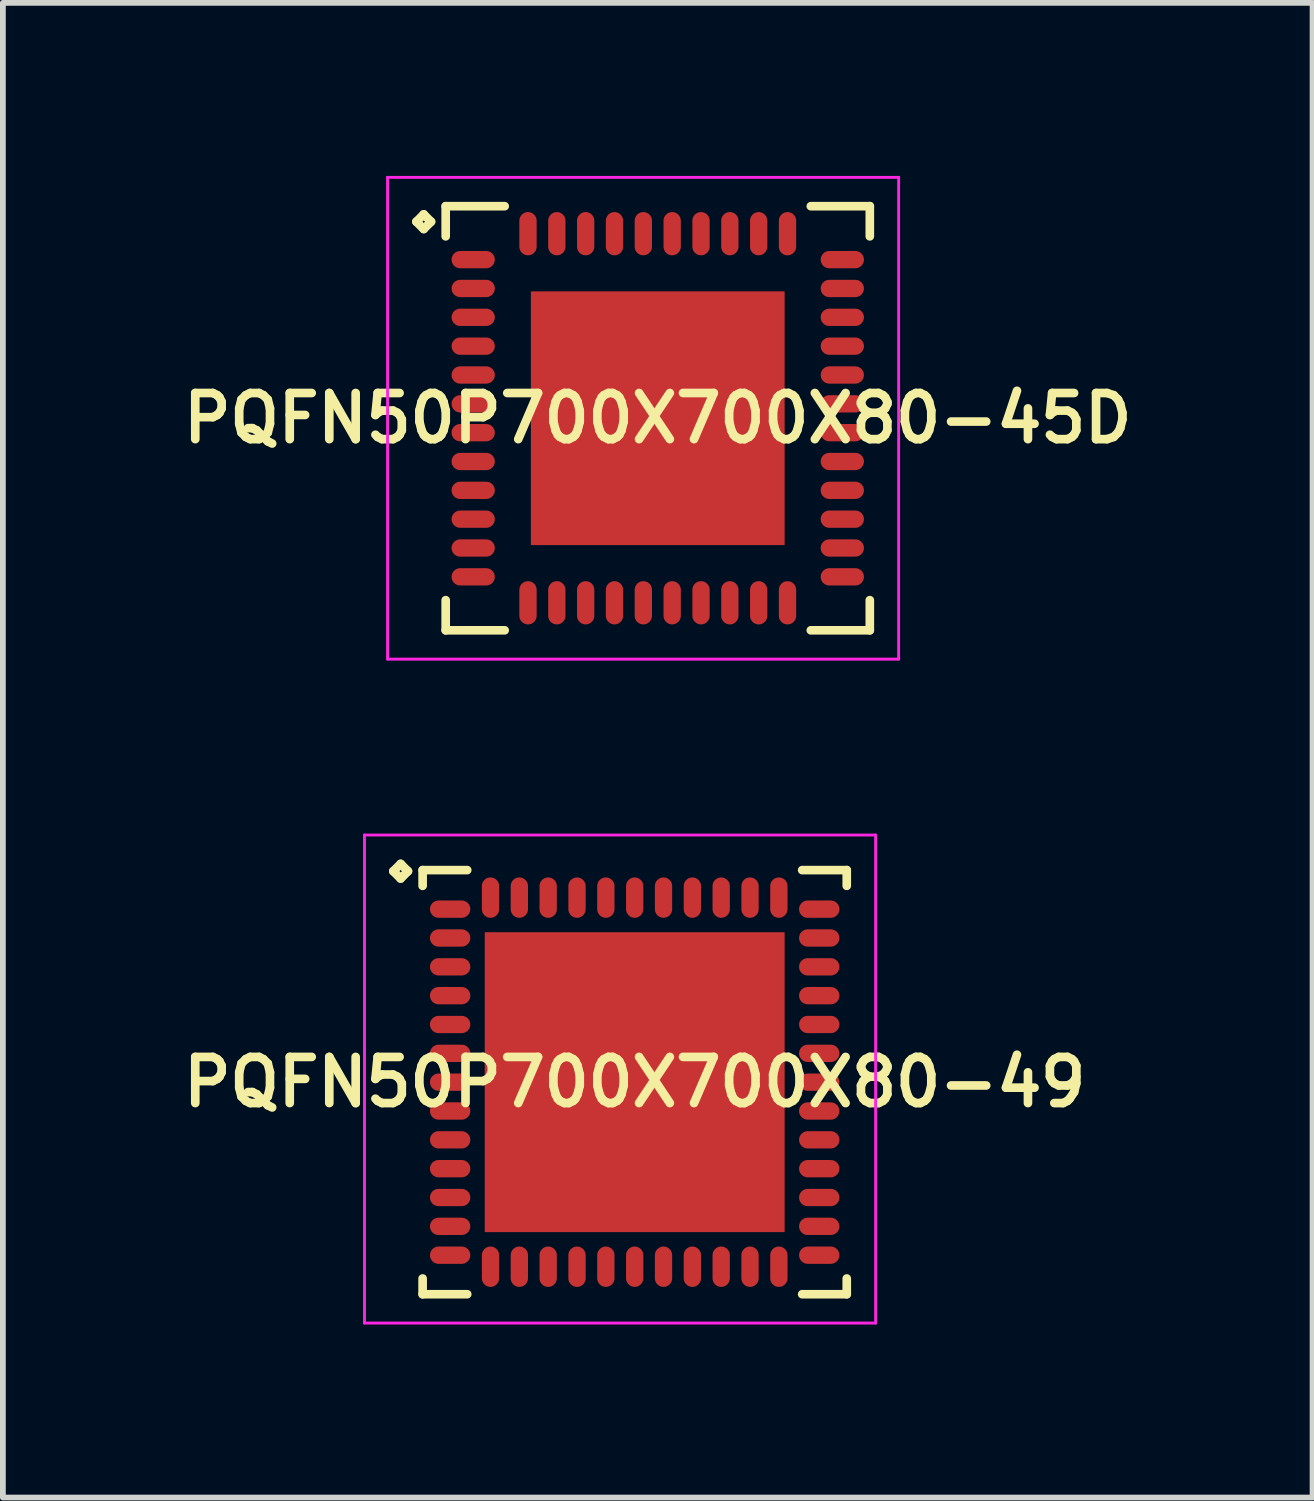
<source format=kicad_pcb>
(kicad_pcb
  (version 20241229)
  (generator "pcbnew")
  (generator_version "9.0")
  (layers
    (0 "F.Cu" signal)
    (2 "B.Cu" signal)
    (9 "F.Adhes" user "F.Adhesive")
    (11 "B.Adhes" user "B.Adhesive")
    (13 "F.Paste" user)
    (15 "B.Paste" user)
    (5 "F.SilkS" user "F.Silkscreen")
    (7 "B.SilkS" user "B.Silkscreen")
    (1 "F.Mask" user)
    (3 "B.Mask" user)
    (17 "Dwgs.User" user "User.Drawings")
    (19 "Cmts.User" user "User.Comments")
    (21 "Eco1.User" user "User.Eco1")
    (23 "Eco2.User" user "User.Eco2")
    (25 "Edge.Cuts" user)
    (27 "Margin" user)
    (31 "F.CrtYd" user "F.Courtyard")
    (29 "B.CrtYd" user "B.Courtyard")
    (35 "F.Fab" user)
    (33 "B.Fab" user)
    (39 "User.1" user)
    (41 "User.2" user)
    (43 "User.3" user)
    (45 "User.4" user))
  (footprint "PQFN50P700X700X80-45D"
    (layer "F.Cu")
    (at 8.355 4.202)
    (property "Reference" "PQFN50P700X700X80-45D" (at 0 0 0) (layer "F.SilkS") (effects (font (size 0.8 0.8) (thickness 0.15))))
    (attr smd)
    (fp_line (start -4.185 -3.408) (end -4.058 -3.535) (stroke (width 0.15) (type solid)) (layer "F.SilkS"))
    (fp_line (start -4.058 -3.535) (end -3.931 -3.408) (stroke (width 0.15) (type solid)) (layer "F.SilkS"))
    (fp_line (start -4.058 -3.281) (end -4.185 -3.408) (stroke (width 0.15) (type solid)) (layer "F.SilkS"))
    (fp_line (start -3.931 -3.408) (end -4.058 -3.281) (stroke (width 0.15) (type solid)) (layer "F.SilkS"))
    (fp_line (start -3.677 -3.677) (end -2.654 -3.677) (stroke (width 0.15) (type solid)) (layer "F.SilkS"))
    (fp_line (start -3.677 -3.154) (end -3.677 -3.677) (stroke (width 0.15) (type solid)) (layer "F.SilkS"))
    (fp_line (start -3.677 3.154) (end -3.677 3.677) (stroke (width 0.15) (type solid)) (layer "F.SilkS"))
    (fp_line (start -3.677 3.677) (end -2.654 3.677) (stroke (width 0.15) (type solid)) (layer "F.SilkS"))
    (fp_line (start 2.654 -3.677) (end 3.677 -3.677) (stroke (width 0.15) (type solid)) (layer "F.SilkS"))
    (fp_line (start 2.654 3.677) (end 3.677 3.677) (stroke (width 0.15) (type solid)) (layer "F.SilkS"))
    (fp_line (start 3.677 -3.677) (end 3.677 -3.154) (stroke (width 0.15) (type solid)) (layer "F.SilkS"))
    (fp_line (start 3.677 3.677) (end 3.677 3.154) (stroke (width 0.15) (type solid)) (layer "F.SilkS"))
    (fp_line (start -4.685 -4.177) (end 4.177 -4.177) (stroke (width 0.05) (type solid)) (layer "F.CrtYd"))
    (fp_line (start -4.685 4.177) (end -4.685 -4.177) (stroke (width 0.05) (type solid)) (layer "F.CrtYd"))
    (fp_line (start 4.177 -4.177) (end 4.177 4.177) (stroke (width 0.05) (type solid)) (layer "F.CrtYd"))
    (fp_line (start 4.177 4.177) (end -4.685 4.177) (stroke (width 0.05) (type solid)) (layer "F.CrtYd"))
    (pad "1" smd oval (at -3.2 -2.75) (size 0.75 0.3) (layers "F.Cu" "F.Mask" "F.Paste"))
    (pad "2" smd oval (at -3.2 -2.25) (size 0.75 0.3) (layers "F.Cu" "F.Mask" "F.Paste"))
    (pad "3" smd oval (at -3.2 -1.75) (size 0.75 0.3) (layers "F.Cu" "F.Mask" "F.Paste"))
    (pad "4" smd oval (at -3.2 -1.25) (size 0.75 0.3) (layers "F.Cu" "F.Mask" "F.Paste"))
    (pad "5" smd oval (at -3.2 -0.75) (size 0.75 0.3) (layers "F.Cu" "F.Mask" "F.Paste"))
    (pad "6" smd oval (at -3.2 -0.25) (size 0.75 0.3) (layers "F.Cu" "F.Mask" "F.Paste"))
    (pad "7" smd oval (at -3.2 0.25) (size 0.75 0.3) (layers "F.Cu" "F.Mask" "F.Paste"))
    (pad "8" smd oval (at -3.2 0.75) (size 0.75 0.3) (layers "F.Cu" "F.Mask" "F.Paste"))
    (pad "9" smd oval (at -3.2 1.25) (size 0.75 0.3) (layers "F.Cu" "F.Mask" "F.Paste"))
    (pad "10" smd oval (at -3.2 1.75) (size 0.75 0.3) (layers "F.Cu" "F.Mask" "F.Paste"))
    (pad "11" smd oval (at -3.2 2.25) (size 0.75 0.3) (layers "F.Cu" "F.Mask" "F.Paste"))
    (pad "12" smd oval (at -3.2 2.75) (size 0.75 0.3) (layers "F.Cu" "F.Mask" "F.Paste"))
    (pad "13" smd oval (at -2.25 3.2) (size 0.3 0.75) (layers "F.Cu" "F.Mask" "F.Paste"))
    (pad "14" smd oval (at -1.75 3.2) (size 0.3 0.75) (layers "F.Cu" "F.Mask" "F.Paste"))
    (pad "15" smd oval (at -1.25 3.2) (size 0.3 0.75) (layers "F.Cu" "F.Mask" "F.Paste"))
    (pad "16" smd oval (at -0.75 3.2) (size 0.3 0.75) (layers "F.Cu" "F.Mask" "F.Paste"))
    (pad "17" smd oval (at -0.25 3.2) (size 0.3 0.75) (layers "F.Cu" "F.Mask" "F.Paste"))
    (pad "18" smd oval (at 0.25 3.2) (size 0.3 0.75) (layers "F.Cu" "F.Mask" "F.Paste"))
    (pad "19" smd oval (at 0.75 3.2) (size 0.3 0.75) (layers "F.Cu" "F.Mask" "F.Paste"))
    (pad "20" smd oval (at 1.25 3.2) (size 0.3 0.75) (layers "F.Cu" "F.Mask" "F.Paste"))
    (pad "21" smd oval (at 1.75 3.2) (size 0.3 0.75) (layers "F.Cu" "F.Mask" "F.Paste"))
    (pad "22" smd oval (at 2.25 3.2) (size 0.3 0.75) (layers "F.Cu" "F.Mask" "F.Paste"))
    (pad "23" smd oval (at 3.2 2.75) (size 0.75 0.3) (layers "F.Cu" "F.Mask" "F.Paste"))
    (pad "24" smd oval (at 3.2 2.25) (size 0.75 0.3) (layers "F.Cu" "F.Mask" "F.Paste"))
    (pad "25" smd oval (at 3.2 1.75) (size 0.75 0.3) (layers "F.Cu" "F.Mask" "F.Paste"))
    (pad "26" smd oval (at 3.2 1.25) (size 0.75 0.3) (layers "F.Cu" "F.Mask" "F.Paste"))
    (pad "27" smd oval (at 3.2 0.75) (size 0.75 0.3) (layers "F.Cu" "F.Mask" "F.Paste"))
    (pad "28" smd oval (at 3.2 0.25) (size 0.75 0.3) (layers "F.Cu" "F.Mask" "F.Paste"))
    (pad "29" smd oval (at 3.2 -0.25) (size 0.75 0.3) (layers "F.Cu" "F.Mask" "F.Paste"))
    (pad "30" smd oval (at 3.2 -0.75) (size 0.75 0.3) (layers "F.Cu" "F.Mask" "F.Paste"))
    (pad "31" smd oval (at 3.2 -1.25) (size 0.75 0.3) (layers "F.Cu" "F.Mask" "F.Paste"))
    (pad "32" smd oval (at 3.2 -1.75) (size 0.75 0.3) (layers "F.Cu" "F.Mask" "F.Paste"))
    (pad "33" smd oval (at 3.2 -2.25) (size 0.75 0.3) (layers "F.Cu" "F.Mask" "F.Paste"))
    (pad "34" smd oval (at 3.2 -2.75) (size 0.75 0.3) (layers "F.Cu" "F.Mask" "F.Paste"))
    (pad "35" smd oval (at 2.25 -3.2) (size 0.3 0.75) (layers "F.Cu" "F.Mask" "F.Paste"))
    (pad "36" smd oval (at 1.75 -3.2) (size 0.3 0.75) (layers "F.Cu" "F.Mask" "F.Paste"))
    (pad "37" smd oval (at 1.25 -3.2) (size 0.3 0.75) (layers "F.Cu" "F.Mask" "F.Paste"))
    (pad "38" smd oval (at 0.75 -3.2) (size 0.3 0.75) (layers "F.Cu" "F.Mask" "F.Paste"))
    (pad "39" smd oval (at 0.25 -3.2) (size 0.3 0.75) (layers "F.Cu" "F.Mask" "F.Paste"))
    (pad "40" smd oval (at -0.25 -3.2) (size 0.3 0.75) (layers "F.Cu" "F.Mask" "F.Paste"))
    (pad "41" smd oval (at -0.75 -3.2) (size 0.3 0.75) (layers "F.Cu" "F.Mask" "F.Paste"))
    (pad "42" smd oval (at -1.25 -3.2) (size 0.3 0.75) (layers "F.Cu" "F.Mask" "F.Paste"))
    (pad "43" smd oval (at -1.75 -3.2) (size 0.3 0.75) (layers "F.Cu" "F.Mask" "F.Paste"))
    (pad "44" smd oval (at -2.25 -3.2) (size 0.3 0.75) (layers "F.Cu" "F.Mask" "F.Paste"))
    (pad "45" smd rect (at 0 0) (size 4.4 4.4) (layers "F.Cu" "F.Mask" "F.Paste")))
  (footprint "PQFN50P700X700X80-49"
    (layer "F.Cu")
    (at 7.955 15.714)
    (property "Reference" "PQFN50P700X700X80-49" (at 0 0 0) (layer "F.SilkS") (effects (font (size 0.8 0.8) (thickness 0.15))))
    (attr smd)
    (fp_line (start -4.185 -3.658) (end -4.058 -3.785) (stroke (width 0.15) (type solid)) (layer "F.SilkS"))
    (fp_line (start -4.058 -3.785) (end -3.931 -3.658) (stroke (width 0.15) (type solid)) (layer "F.SilkS"))
    (fp_line (start -4.058 -3.531) (end -4.185 -3.658) (stroke (width 0.15) (type solid)) (layer "F.SilkS"))
    (fp_line (start -3.931 -3.658) (end -4.058 -3.531) (stroke (width 0.15) (type solid)) (layer "F.SilkS"))
    (fp_line (start -3.677 -3.677) (end -2.904 -3.677) (stroke (width 0.15) (type solid)) (layer "F.SilkS"))
    (fp_line (start -3.677 -3.404) (end -3.677 -3.677) (stroke (width 0.15) (type solid)) (layer "F.SilkS"))
    (fp_line (start -3.677 3.404) (end -3.677 3.677) (stroke (width 0.15) (type solid)) (layer "F.SilkS"))
    (fp_line (start -3.677 3.677) (end -2.904 3.677) (stroke (width 0.15) (type solid)) (layer "F.SilkS"))
    (fp_line (start 2.904 -3.677) (end 3.677 -3.677) (stroke (width 0.15) (type solid)) (layer "F.SilkS"))
    (fp_line (start 2.904 3.677) (end 3.677 3.677) (stroke (width 0.15) (type solid)) (layer "F.SilkS"))
    (fp_line (start 3.677 -3.677) (end 3.677 -3.404) (stroke (width 0.15) (type solid)) (layer "F.SilkS"))
    (fp_line (start 3.677 3.677) (end 3.677 3.404) (stroke (width 0.15) (type solid)) (layer "F.SilkS"))
    (fp_line (start -4.685 -4.285) (end 4.177 -4.285) (stroke (width 0.05) (type solid)) (layer "F.CrtYd"))
    (fp_line (start -4.685 4.177) (end -4.685 -4.285) (stroke (width 0.05) (type solid)) (layer "F.CrtYd"))
    (fp_line (start 4.177 -4.285) (end 4.177 4.177) (stroke (width 0.05) (type solid)) (layer "F.CrtYd"))
    (fp_line (start 4.177 4.177) (end -4.685 4.177) (stroke (width 0.05) (type solid)) (layer "F.CrtYd"))
    (pad "1" smd oval (at -3.2 -3) (size 0.7 0.3) (layers "F.Cu" "F.Mask" "F.Paste"))
    (pad "2" smd oval (at -3.2 -2.5) (size 0.7 0.3) (layers "F.Cu" "F.Mask" "F.Paste"))
    (pad "3" smd oval (at -3.2 -2) (size 0.7 0.3) (layers "F.Cu" "F.Mask" "F.Paste"))
    (pad "4" smd oval (at -3.2 -1.5) (size 0.7 0.3) (layers "F.Cu" "F.Mask" "F.Paste"))
    (pad "5" smd oval (at -3.2 -1) (size 0.7 0.3) (layers "F.Cu" "F.Mask" "F.Paste"))
    (pad "6" smd oval (at -3.2 -0.5) (size 0.7 0.3) (layers "F.Cu" "F.Mask" "F.Paste"))
    (pad "7" smd oval (at -3.2 0) (size 0.7 0.3) (layers "F.Cu" "F.Mask" "F.Paste"))
    (pad "8" smd oval (at -3.2 0.5) (size 0.7 0.3) (layers "F.Cu" "F.Mask" "F.Paste"))
    (pad "9" smd oval (at -3.2 1) (size 0.7 0.3) (layers "F.Cu" "F.Mask" "F.Paste"))
    (pad "10" smd oval (at -3.2 1.5) (size 0.7 0.3) (layers "F.Cu" "F.Mask" "F.Paste"))
    (pad "11" smd oval (at -3.2 2) (size 0.7 0.3) (layers "F.Cu" "F.Mask" "F.Paste"))
    (pad "12" smd oval (at -3.2 2.5) (size 0.7 0.3) (layers "F.Cu" "F.Mask" "F.Paste"))
    (pad "13" smd oval (at -3.2 3) (size 0.7 0.3) (layers "F.Cu" "F.Mask" "F.Paste"))
    (pad "14" smd oval (at -2.5 3.2) (size 0.3 0.7) (layers "F.Cu" "F.Mask" "F.Paste"))
    (pad "15" smd oval (at -2 3.2) (size 0.3 0.7) (layers "F.Cu" "F.Mask" "F.Paste"))
    (pad "16" smd oval (at -1.5 3.2) (size 0.3 0.7) (layers "F.Cu" "F.Mask" "F.Paste"))
    (pad "17" smd oval (at -1 3.2) (size 0.3 0.7) (layers "F.Cu" "F.Mask" "F.Paste"))
    (pad "18" smd oval (at -0.5 3.2) (size 0.3 0.7) (layers "F.Cu" "F.Mask" "F.Paste"))
    (pad "19" smd oval (at 0 3.2) (size 0.3 0.7) (layers "F.Cu" "F.Mask" "F.Paste"))
    (pad "20" smd oval (at 0.5 3.2) (size 0.3 0.7) (layers "F.Cu" "F.Mask" "F.Paste"))
    (pad "21" smd oval (at 1 3.2) (size 0.3 0.7) (layers "F.Cu" "F.Mask" "F.Paste"))
    (pad "22" smd oval (at 1.5 3.2) (size 0.3 0.7) (layers "F.Cu" "F.Mask" "F.Paste"))
    (pad "23" smd oval (at 2 3.2) (size 0.3 0.7) (layers "F.Cu" "F.Mask" "F.Paste"))
    (pad "24" smd oval (at 2.5 3.2) (size 0.3 0.7) (layers "F.Cu" "F.Mask" "F.Paste"))
    (pad "25" smd oval (at 3.2 3) (size 0.7 0.3) (layers "F.Cu" "F.Mask" "F.Paste"))
    (pad "26" smd oval (at 3.2 2.5) (size 0.7 0.3) (layers "F.Cu" "F.Mask" "F.Paste"))
    (pad "27" smd oval (at 3.2 2) (size 0.7 0.3) (layers "F.Cu" "F.Mask" "F.Paste"))
    (pad "28" smd oval (at 3.2 1.5) (size 0.7 0.3) (layers "F.Cu" "F.Mask" "F.Paste"))
    (pad "29" smd oval (at 3.2 1) (size 0.7 0.3) (layers "F.Cu" "F.Mask" "F.Paste"))
    (pad "30" smd oval (at 3.2 0.5) (size 0.7 0.3) (layers "F.Cu" "F.Mask" "F.Paste"))
    (pad "31" smd oval (at 3.2 0) (size 0.7 0.3) (layers "F.Cu" "F.Mask" "F.Paste"))
    (pad "32" smd oval (at 3.2 -0.5) (size 0.7 0.3) (layers "F.Cu" "F.Mask" "F.Paste"))
    (pad "33" smd oval (at 3.2 -1) (size 0.7 0.3) (layers "F.Cu" "F.Mask" "F.Paste"))
    (pad "34" smd oval (at 3.2 -1.5) (size 0.7 0.3) (layers "F.Cu" "F.Mask" "F.Paste"))
    (pad "35" smd oval (at 3.2 -2) (size 0.7 0.3) (layers "F.Cu" "F.Mask" "F.Paste"))
    (pad "36" smd oval (at 3.2 -2.5) (size 0.7 0.3) (layers "F.Cu" "F.Mask" "F.Paste"))
    (pad "37" smd oval (at 3.2 -3) (size 0.7 0.3) (layers "F.Cu" "F.Mask" "F.Paste"))
    (pad "38" smd oval (at 2.5 -3.2) (size 0.3 0.7) (layers "F.Cu" "F.Mask" "F.Paste"))
    (pad "39" smd oval (at 2 -3.2) (size 0.3 0.7) (layers "F.Cu" "F.Mask" "F.Paste"))
    (pad "40" smd oval (at 1.5 -3.2) (size 0.3 0.7) (layers "F.Cu" "F.Mask" "F.Paste"))
    (pad "41" smd oval (at 1 -3.2) (size 0.3 0.7) (layers "F.Cu" "F.Mask" "F.Paste"))
    (pad "42" smd oval (at 0.5 -3.2) (size 0.3 0.7) (layers "F.Cu" "F.Mask" "F.Paste"))
    (pad "43" smd oval (at 0 -3.2) (size 0.3 0.7) (layers "F.Cu" "F.Mask" "F.Paste"))
    (pad "44" smd oval (at -0.5 -3.2) (size 0.3 0.7) (layers "F.Cu" "F.Mask" "F.Paste"))
    (pad "45" smd oval (at -1 -3.2) (size 0.3 0.7) (layers "F.Cu" "F.Mask" "F.Paste"))
    (pad "46" smd oval (at -1.5 -3.2) (size 0.3 0.7) (layers "F.Cu" "F.Mask" "F.Paste"))
    (pad "47" smd oval (at -2 -3.2) (size 0.3 0.7) (layers "F.Cu" "F.Mask" "F.Paste"))
    (pad "48" smd oval (at -2.5 -3.2) (size 0.3 0.7) (layers "F.Cu" "F.Mask" "F.Paste"))
    (pad "49" smd rect (at 0 0) (size 5.2 5.2) (layers "F.Cu" "F.Mask" "F.Paste")))
  (gr_rect
    (start -3 -3)
    (end 19.709 22.916)
    (stroke (width 0.1) (type default))
    (fill no)
    (layer "Edge.Cuts")))
</source>
